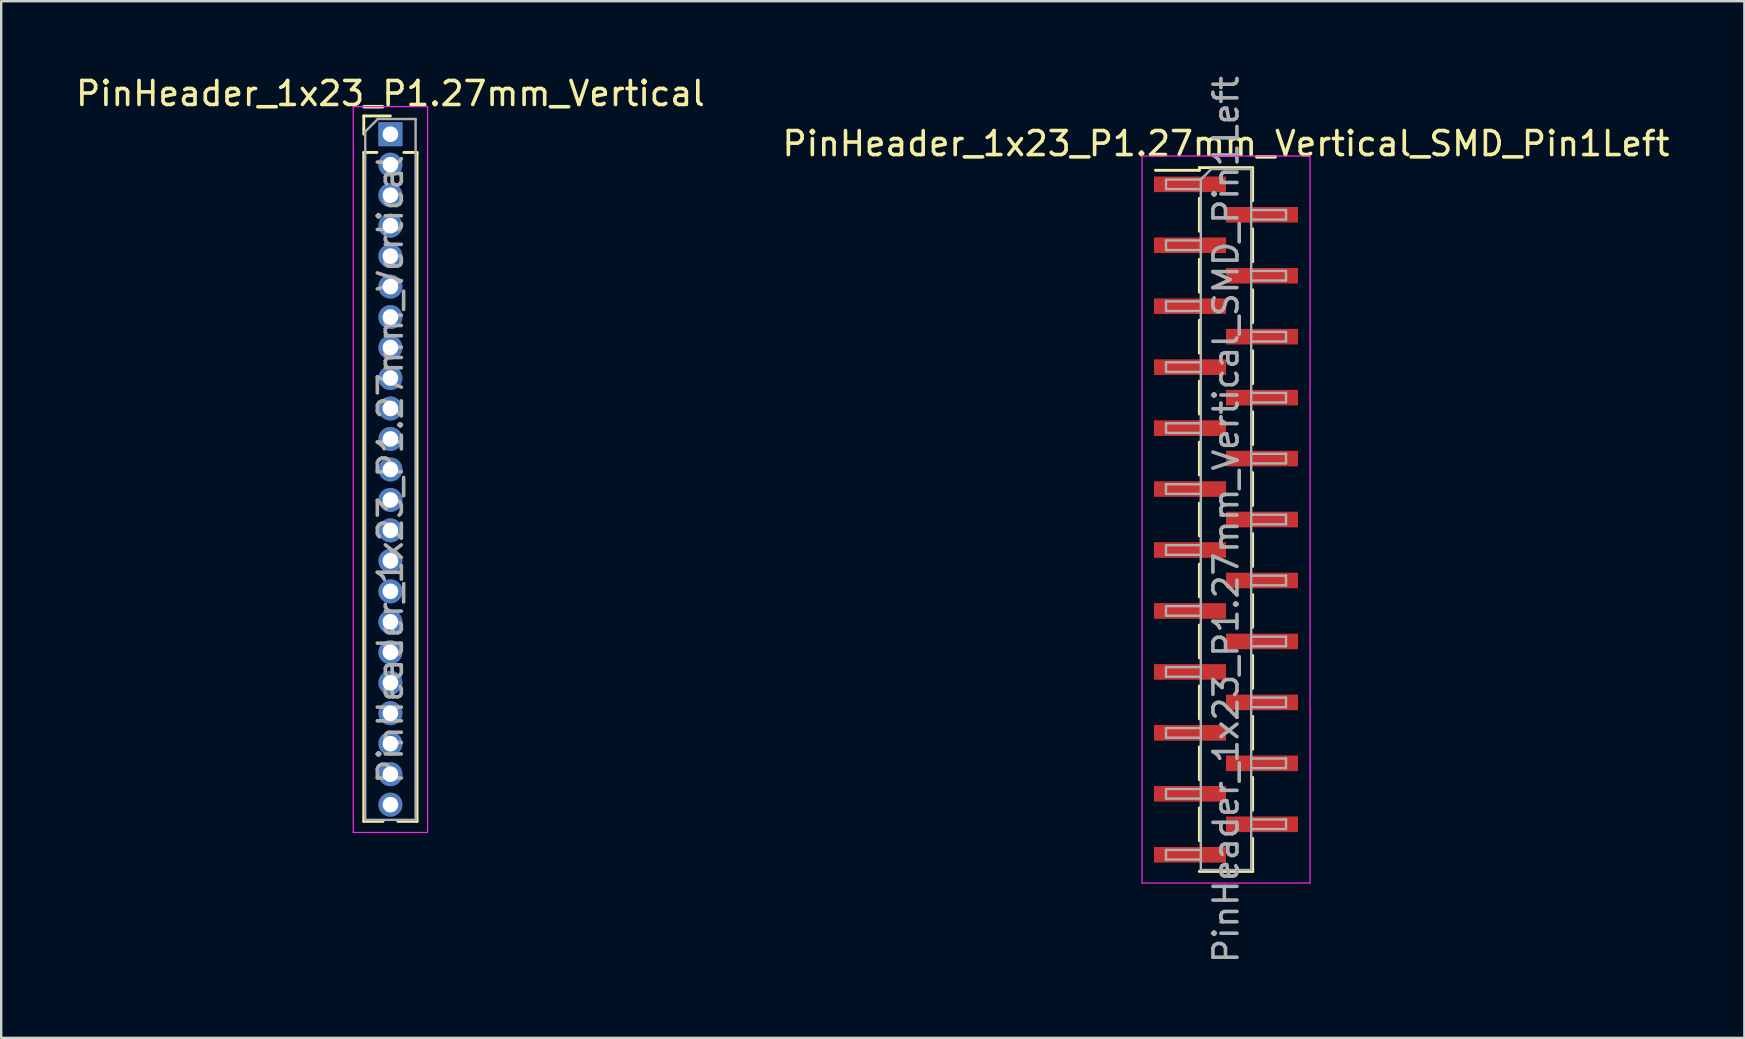
<source format=kicad_pcb>
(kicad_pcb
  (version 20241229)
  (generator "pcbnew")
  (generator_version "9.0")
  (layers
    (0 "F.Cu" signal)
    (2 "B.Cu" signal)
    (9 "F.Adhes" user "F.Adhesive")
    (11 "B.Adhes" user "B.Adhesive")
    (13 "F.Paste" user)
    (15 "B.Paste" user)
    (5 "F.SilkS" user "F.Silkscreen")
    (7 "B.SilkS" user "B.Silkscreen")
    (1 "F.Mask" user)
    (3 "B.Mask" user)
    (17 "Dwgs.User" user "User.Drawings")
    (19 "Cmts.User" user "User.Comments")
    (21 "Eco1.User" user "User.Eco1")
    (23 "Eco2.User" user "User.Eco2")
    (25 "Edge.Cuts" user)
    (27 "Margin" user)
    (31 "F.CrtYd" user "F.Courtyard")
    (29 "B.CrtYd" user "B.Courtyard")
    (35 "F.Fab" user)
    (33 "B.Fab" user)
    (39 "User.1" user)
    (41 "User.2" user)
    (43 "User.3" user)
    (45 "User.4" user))
  (footprint "PinHeader_1x23_P1.27mm_Vertical_SMD_Pin1Left"
    (layer "F.Cu")
    (at 48.042 18.601)
    (property "Reference" "PinHeader_1x23_P1.27mm_Vertical_SMD_Pin1Left" (at 0 -15.665 0) (layer "F.SilkS") (effects (font (size 1 1) (thickness 0.15))))
    (attr smd)
    (fp_line (start -1.11 -14.665) (end -1.11 -14.555) (stroke (width 0.12) (type solid)) (layer "F.SilkS"))
    (fp_line (start -1.11 -14.665) (end 1.11 -14.665) (stroke (width 0.12) (type solid)) (layer "F.SilkS"))
    (fp_line (start -1.11 -14.555) (end -2.94 -14.555) (stroke (width 0.12) (type solid)) (layer "F.SilkS"))
    (fp_line (start -1.11 -13.385) (end -1.11 -12.015) (stroke (width 0.12) (type solid)) (layer "F.SilkS"))
    (fp_line (start -1.11 -10.845) (end -1.11 -9.475) (stroke (width 0.12) (type solid)) (layer "F.SilkS"))
    (fp_line (start -1.11 -8.305) (end -1.11 -6.935) (stroke (width 0.12) (type solid)) (layer "F.SilkS"))
    (fp_line (start -1.11 -5.765) (end -1.11 -4.395) (stroke (width 0.12) (type solid)) (layer "F.SilkS"))
    (fp_line (start -1.11 -3.225) (end -1.11 -1.855) (stroke (width 0.12) (type solid)) (layer "F.SilkS"))
    (fp_line (start -1.11 -0.685) (end -1.11 0.685) (stroke (width 0.12) (type solid)) (layer "F.SilkS"))
    (fp_line (start -1.11 1.855) (end -1.11 3.225) (stroke (width 0.12) (type solid)) (layer "F.SilkS"))
    (fp_line (start -1.11 4.395) (end -1.11 5.765) (stroke (width 0.12) (type solid)) (layer "F.SilkS"))
    (fp_line (start -1.11 6.935) (end -1.11 8.305) (stroke (width 0.12) (type solid)) (layer "F.SilkS"))
    (fp_line (start -1.11 9.475) (end -1.11 10.845) (stroke (width 0.12) (type solid)) (layer "F.SilkS"))
    (fp_line (start -1.11 12.015) (end -1.11 13.385) (stroke (width 0.12) (type solid)) (layer "F.SilkS"))
    (fp_line (start -1.11 14.665) (end 1.11 14.665) (stroke (width 0.12) (type solid)) (layer "F.SilkS"))
    (fp_line (start 1.11 -14.655) (end 1.11 -13.285) (stroke (width 0.12) (type solid)) (layer "F.SilkS"))
    (fp_line (start 1.11 -12.115) (end 1.11 -10.745) (stroke (width 0.12) (type solid)) (layer "F.SilkS"))
    (fp_line (start 1.11 -9.575) (end 1.11 -8.205) (stroke (width 0.12) (type solid)) (layer "F.SilkS"))
    (fp_line (start 1.11 -7.035) (end 1.11 -5.665) (stroke (width 0.12) (type solid)) (layer "F.SilkS"))
    (fp_line (start 1.11 -4.495) (end 1.11 -3.125) (stroke (width 0.12) (type solid)) (layer "F.SilkS"))
    (fp_line (start 1.11 -1.955) (end 1.11 -0.585) (stroke (width 0.12) (type solid)) (layer "F.SilkS"))
    (fp_line (start 1.11 0.585) (end 1.11 1.955) (stroke (width 0.12) (type solid)) (layer "F.SilkS"))
    (fp_line (start 1.11 3.125) (end 1.11 4.495) (stroke (width 0.12) (type solid)) (layer "F.SilkS"))
    (fp_line (start 1.11 5.665) (end 1.11 7.035) (stroke (width 0.12) (type solid)) (layer "F.SilkS"))
    (fp_line (start 1.11 8.205) (end 1.11 9.575) (stroke (width 0.12) (type solid)) (layer "F.SilkS"))
    (fp_line (start 1.11 10.745) (end 1.11 12.115) (stroke (width 0.12) (type solid)) (layer "F.SilkS"))
    (fp_line (start 1.11 13.285) (end 1.11 14.655) (stroke (width 0.12) (type solid)) (layer "F.SilkS"))
    (fp_line (start 1.11 14.555) (end 1.11 14.665) (stroke (width 0.12) (type solid)) (layer "F.SilkS"))
    (fp_line (start -3.5 -15.15) (end -3.5 15.15) (stroke (width 0.05) (type solid)) (layer "F.CrtYd"))
    (fp_line (start -3.5 15.15) (end 3.5 15.15) (stroke (width 0.05) (type solid)) (layer "F.CrtYd"))
    (fp_line (start 3.5 -15.15) (end -3.5 -15.15) (stroke (width 0.05) (type solid)) (layer "F.CrtYd"))
    (fp_line (start 3.5 15.15) (end 3.5 -15.15) (stroke (width 0.05) (type solid)) (layer "F.CrtYd"))
    (fp_line (start -2.5 -14.17) (end -2.5 -13.77) (stroke (width 0.1) (type solid)) (layer "F.Fab"))
    (fp_line (start -2.5 -13.77) (end -1.05 -13.77) (stroke (width 0.1) (type solid)) (layer "F.Fab"))
    (fp_line (start -2.5 -11.63) (end -2.5 -11.23) (stroke (width 0.1) (type solid)) (layer "F.Fab"))
    (fp_line (start -2.5 -11.23) (end -1.05 -11.23) (stroke (width 0.1) (type solid)) (layer "F.Fab"))
    (fp_line (start -2.5 -9.09) (end -2.5 -8.69) (stroke (width 0.1) (type solid)) (layer "F.Fab"))
    (fp_line (start -2.5 -8.69) (end -1.05 -8.69) (stroke (width 0.1) (type solid)) (layer "F.Fab"))
    (fp_line (start -2.5 -6.55) (end -2.5 -6.15) (stroke (width 0.1) (type solid)) (layer "F.Fab"))
    (fp_line (start -2.5 -6.15) (end -1.05 -6.15) (stroke (width 0.1) (type solid)) (layer "F.Fab"))
    (fp_line (start -2.5 -4.01) (end -2.5 -3.61) (stroke (width 0.1) (type solid)) (layer "F.Fab"))
    (fp_line (start -2.5 -3.61) (end -1.05 -3.61) (stroke (width 0.1) (type solid)) (layer "F.Fab"))
    (fp_line (start -2.5 -1.47) (end -2.5 -1.07) (stroke (width 0.1) (type solid)) (layer "F.Fab"))
    (fp_line (start -2.5 -1.07) (end -1.05 -1.07) (stroke (width 0.1) (type solid)) (layer "F.Fab"))
    (fp_line (start -2.5 1.07) (end -2.5 1.47) (stroke (width 0.1) (type solid)) (layer "F.Fab"))
    (fp_line (start -2.5 1.47) (end -1.05 1.47) (stroke (width 0.1) (type solid)) (layer "F.Fab"))
    (fp_line (start -2.5 3.61) (end -2.5 4.01) (stroke (width 0.1) (type solid)) (layer "F.Fab"))
    (fp_line (start -2.5 4.01) (end -1.05 4.01) (stroke (width 0.1) (type solid)) (layer "F.Fab"))
    (fp_line (start -2.5 6.15) (end -2.5 6.55) (stroke (width 0.1) (type solid)) (layer "F.Fab"))
    (fp_line (start -2.5 6.55) (end -1.05 6.55) (stroke (width 0.1) (type solid)) (layer "F.Fab"))
    (fp_line (start -2.5 8.69) (end -2.5 9.09) (stroke (width 0.1) (type solid)) (layer "F.Fab"))
    (fp_line (start -2.5 9.09) (end -1.05 9.09) (stroke (width 0.1) (type solid)) (layer "F.Fab"))
    (fp_line (start -2.5 11.23) (end -2.5 11.63) (stroke (width 0.1) (type solid)) (layer "F.Fab"))
    (fp_line (start -2.5 11.63) (end -1.05 11.63) (stroke (width 0.1) (type solid)) (layer "F.Fab"))
    (fp_line (start -2.5 13.77) (end -2.5 14.17) (stroke (width 0.1) (type solid)) (layer "F.Fab"))
    (fp_line (start -2.5 14.17) (end -1.05 14.17) (stroke (width 0.1) (type solid)) (layer "F.Fab"))
    (fp_line (start -1.05 -14.17) (end -2.5 -14.17) (stroke (width 0.1) (type solid)) (layer "F.Fab"))
    (fp_line (start -1.05 -14.17) (end -0.615 -14.605) (stroke (width 0.1) (type solid)) (layer "F.Fab"))
    (fp_line (start -1.05 -11.63) (end -2.5 -11.63) (stroke (width 0.1) (type solid)) (layer "F.Fab"))
    (fp_line (start -1.05 -9.09) (end -2.5 -9.09) (stroke (width 0.1) (type solid)) (layer "F.Fab"))
    (fp_line (start -1.05 -6.55) (end -2.5 -6.55) (stroke (width 0.1) (type solid)) (layer "F.Fab"))
    (fp_line (start -1.05 -4.01) (end -2.5 -4.01) (stroke (width 0.1) (type solid)) (layer "F.Fab"))
    (fp_line (start -1.05 -1.47) (end -2.5 -1.47) (stroke (width 0.1) (type solid)) (layer "F.Fab"))
    (fp_line (start -1.05 1.07) (end -2.5 1.07) (stroke (width 0.1) (type solid)) (layer "F.Fab"))
    (fp_line (start -1.05 3.61) (end -2.5 3.61) (stroke (width 0.1) (type solid)) (layer "F.Fab"))
    (fp_line (start -1.05 6.15) (end -2.5 6.15) (stroke (width 0.1) (type solid)) (layer "F.Fab"))
    (fp_line (start -1.05 8.69) (end -2.5 8.69) (stroke (width 0.1) (type solid)) (layer "F.Fab"))
    (fp_line (start -1.05 11.23) (end -2.5 11.23) (stroke (width 0.1) (type solid)) (layer "F.Fab"))
    (fp_line (start -1.05 13.77) (end -2.5 13.77) (stroke (width 0.1) (type solid)) (layer "F.Fab"))
    (fp_line (start -1.05 14.605) (end -1.05 -14.17) (stroke (width 0.1) (type solid)) (layer "F.Fab"))
    (fp_line (start -0.615 -14.605) (end 1.05 -14.605) (stroke (width 0.1) (type solid)) (layer "F.Fab"))
    (fp_line (start 1.05 -14.605) (end 1.05 14.605) (stroke (width 0.1) (type solid)) (layer "F.Fab"))
    (fp_line (start 1.05 -12.9) (end 2.5 -12.9) (stroke (width 0.1) (type solid)) (layer "F.Fab"))
    (fp_line (start 1.05 -10.36) (end 2.5 -10.36) (stroke (width 0.1) (type solid)) (layer "F.Fab"))
    (fp_line (start 1.05 -7.82) (end 2.5 -7.82) (stroke (width 0.1) (type solid)) (layer "F.Fab"))
    (fp_line (start 1.05 -5.28) (end 2.5 -5.28) (stroke (width 0.1) (type solid)) (layer "F.Fab"))
    (fp_line (start 1.05 -2.74) (end 2.5 -2.74) (stroke (width 0.1) (type solid)) (layer "F.Fab"))
    (fp_line (start 1.05 -0.2) (end 2.5 -0.2) (stroke (width 0.1) (type solid)) (layer "F.Fab"))
    (fp_line (start 1.05 2.34) (end 2.5 2.34) (stroke (width 0.1) (type solid)) (layer "F.Fab"))
    (fp_line (start 1.05 4.88) (end 2.5 4.88) (stroke (width 0.1) (type solid)) (layer "F.Fab"))
    (fp_line (start 1.05 7.42) (end 2.5 7.42) (stroke (width 0.1) (type solid)) (layer "F.Fab"))
    (fp_line (start 1.05 9.96) (end 2.5 9.96) (stroke (width 0.1) (type solid)) (layer "F.Fab"))
    (fp_line (start 1.05 12.5) (end 2.5 12.5) (stroke (width 0.1) (type solid)) (layer "F.Fab"))
    (fp_line (start 1.05 14.605) (end -1.05 14.605) (stroke (width 0.1) (type solid)) (layer "F.Fab"))
    (fp_line (start 2.5 -12.9) (end 2.5 -12.5) (stroke (width 0.1) (type solid)) (layer "F.Fab"))
    (fp_line (start 2.5 -12.5) (end 1.05 -12.5) (stroke (width 0.1) (type solid)) (layer "F.Fab"))
    (fp_line (start 2.5 -10.36) (end 2.5 -9.96) (stroke (width 0.1) (type solid)) (layer "F.Fab"))
    (fp_line (start 2.5 -9.96) (end 1.05 -9.96) (stroke (width 0.1) (type solid)) (layer "F.Fab"))
    (fp_line (start 2.5 -7.82) (end 2.5 -7.42) (stroke (width 0.1) (type solid)) (layer "F.Fab"))
    (fp_line (start 2.5 -7.42) (end 1.05 -7.42) (stroke (width 0.1) (type solid)) (layer "F.Fab"))
    (fp_line (start 2.5 -5.28) (end 2.5 -4.88) (stroke (width 0.1) (type solid)) (layer "F.Fab"))
    (fp_line (start 2.5 -4.88) (end 1.05 -4.88) (stroke (width 0.1) (type solid)) (layer "F.Fab"))
    (fp_line (start 2.5 -2.74) (end 2.5 -2.34) (stroke (width 0.1) (type solid)) (layer "F.Fab"))
    (fp_line (start 2.5 -2.34) (end 1.05 -2.34) (stroke (width 0.1) (type solid)) (layer "F.Fab"))
    (fp_line (start 2.5 -0.2) (end 2.5 0.2) (stroke (width 0.1) (type solid)) (layer "F.Fab"))
    (fp_line (start 2.5 0.2) (end 1.05 0.2) (stroke (width 0.1) (type solid)) (layer "F.Fab"))
    (fp_line (start 2.5 2.34) (end 2.5 2.74) (stroke (width 0.1) (type solid)) (layer "F.Fab"))
    (fp_line (start 2.5 2.74) (end 1.05 2.74) (stroke (width 0.1) (type solid)) (layer "F.Fab"))
    (fp_line (start 2.5 4.88) (end 2.5 5.28) (stroke (width 0.1) (type solid)) (layer "F.Fab"))
    (fp_line (start 2.5 5.28) (end 1.05 5.28) (stroke (width 0.1) (type solid)) (layer "F.Fab"))
    (fp_line (start 2.5 7.42) (end 2.5 7.82) (stroke (width 0.1) (type solid)) (layer "F.Fab"))
    (fp_line (start 2.5 7.82) (end 1.05 7.82) (stroke (width 0.1) (type solid)) (layer "F.Fab"))
    (fp_line (start 2.5 9.96) (end 2.5 10.36) (stroke (width 0.1) (type solid)) (layer "F.Fab"))
    (fp_line (start 2.5 10.36) (end 1.05 10.36) (stroke (width 0.1) (type solid)) (layer "F.Fab"))
    (fp_line (start 2.5 12.5) (end 2.5 12.9) (stroke (width 0.1) (type solid)) (layer "F.Fab"))
    (fp_line (start 2.5 12.9) (end 1.05 12.9) (stroke (width 0.1) (type solid)) (layer "F.Fab"))
    (fp_text user "${REFERENCE}" (at 0 0 90) (layer "F.Fab") (effects (font (size 1 1) (thickness 0.15))))
    (pad "1" smd rect (at -1.5 -13.97) (size 3 0.65) (layers "F.Cu" "F.Mask" "F.Paste"))
    (pad "2" smd rect (at 1.5 -12.7) (size 3 0.65) (layers "F.Cu" "F.Mask" "F.Paste"))
    (pad "3" smd rect (at -1.5 -11.43) (size 3 0.65) (layers "F.Cu" "F.Mask" "F.Paste"))
    (pad "4" smd rect (at 1.5 -10.16) (size 3 0.65) (layers "F.Cu" "F.Mask" "F.Paste"))
    (pad "5" smd rect (at -1.5 -8.89) (size 3 0.65) (layers "F.Cu" "F.Mask" "F.Paste"))
    (pad "6" smd rect (at 1.5 -7.62) (size 3 0.65) (layers "F.Cu" "F.Mask" "F.Paste"))
    (pad "7" smd rect (at -1.5 -6.35) (size 3 0.65) (layers "F.Cu" "F.Mask" "F.Paste"))
    (pad "8" smd rect (at 1.5 -5.08) (size 3 0.65) (layers "F.Cu" "F.Mask" "F.Paste"))
    (pad "9" smd rect (at -1.5 -3.81) (size 3 0.65) (layers "F.Cu" "F.Mask" "F.Paste"))
    (pad "10" smd rect (at 1.5 -2.54) (size 3 0.65) (layers "F.Cu" "F.Mask" "F.Paste"))
    (pad "11" smd rect (at -1.5 -1.27) (size 3 0.65) (layers "F.Cu" "F.Mask" "F.Paste"))
    (pad "12" smd rect (at 1.5 0) (size 3 0.65) (layers "F.Cu" "F.Mask" "F.Paste"))
    (pad "13" smd rect (at -1.5 1.27) (size 3 0.65) (layers "F.Cu" "F.Mask" "F.Paste"))
    (pad "14" smd rect (at 1.5 2.54) (size 3 0.65) (layers "F.Cu" "F.Mask" "F.Paste"))
    (pad "15" smd rect (at -1.5 3.81) (size 3 0.65) (layers "F.Cu" "F.Mask" "F.Paste"))
    (pad "16" smd rect (at 1.5 5.08) (size 3 0.65) (layers "F.Cu" "F.Mask" "F.Paste"))
    (pad "17" smd rect (at -1.5 6.35) (size 3 0.65) (layers "F.Cu" "F.Mask" "F.Paste"))
    (pad "18" smd rect (at 1.5 7.62) (size 3 0.65) (layers "F.Cu" "F.Mask" "F.Paste"))
    (pad "19" smd rect (at -1.5 8.89) (size 3 0.65) (layers "F.Cu" "F.Mask" "F.Paste"))
    (pad "20" smd rect (at 1.5 10.16) (size 3 0.65) (layers "F.Cu" "F.Mask" "F.Paste"))
    (pad "21" smd rect (at -1.5 11.43) (size 3 0.65) (layers "F.Cu" "F.Mask" "F.Paste"))
    (pad "22" smd rect (at 1.5 12.7) (size 3 0.65) (layers "F.Cu" "F.Mask" "F.Paste"))
    (pad "23" smd rect (at -1.5 13.97) (size 3 0.65) (layers "F.Cu" "F.Mask" "F.Paste")))
  (footprint "PinHeader_1x23_P1.27mm_Vertical"
    (layer "F.Cu")
    (at 13.22 2.543)
    (property "Reference" "PinHeader_1x23_P1.27mm_Vertical" (at 0 -1.695 0) (layer "F.SilkS") (effects (font (size 1 1) (thickness 0.15))))
    (attr through_hole)
    (fp_line (start -1.11 -0.76) (end 0 -0.76) (stroke (width 0.12) (type solid)) (layer "F.SilkS"))
    (fp_line (start -1.11 0) (end -1.11 -0.76) (stroke (width 0.12) (type solid)) (layer "F.SilkS"))
    (fp_line (start -1.11 0.76) (end -1.11 28.635) (stroke (width 0.12) (type solid)) (layer "F.SilkS"))
    (fp_line (start -1.11 0.76) (end -0.563 0.76) (stroke (width 0.12) (type solid)) (layer "F.SilkS"))
    (fp_line (start -1.11 28.635) (end -0.308 28.635) (stroke (width 0.12) (type solid)) (layer "F.SilkS"))
    (fp_line (start 0.308 28.635) (end 1.11 28.635) (stroke (width 0.12) (type solid)) (layer "F.SilkS"))
    (fp_line (start 0.563 0.76) (end 1.11 0.76) (stroke (width 0.12) (type solid)) (layer "F.SilkS"))
    (fp_line (start 1.11 0.76) (end 1.11 28.635) (stroke (width 0.12) (type solid)) (layer "F.SilkS"))
    (fp_line (start -1.55 -1.15) (end -1.55 29.1) (stroke (width 0.05) (type solid)) (layer "F.CrtYd"))
    (fp_line (start -1.55 29.1) (end 1.55 29.1) (stroke (width 0.05) (type solid)) (layer "F.CrtYd"))
    (fp_line (start 1.55 -1.15) (end -1.55 -1.15) (stroke (width 0.05) (type solid)) (layer "F.CrtYd"))
    (fp_line (start 1.55 29.1) (end 1.55 -1.15) (stroke (width 0.05) (type solid)) (layer "F.CrtYd"))
    (fp_line (start -1.05 -0.11) (end -0.525 -0.635) (stroke (width 0.1) (type solid)) (layer "F.Fab"))
    (fp_line (start -1.05 28.575) (end -1.05 -0.11) (stroke (width 0.1) (type solid)) (layer "F.Fab"))
    (fp_line (start -0.525 -0.635) (end 1.05 -0.635) (stroke (width 0.1) (type solid)) (layer "F.Fab"))
    (fp_line (start 1.05 -0.635) (end 1.05 28.575) (stroke (width 0.1) (type solid)) (layer "F.Fab"))
    (fp_line (start 1.05 28.575) (end -1.05 28.575) (stroke (width 0.1) (type solid)) (layer "F.Fab"))
    (fp_text user "${REFERENCE}" (at 0 13.97 90) (layer "F.Fab") (effects (font (size 1 1) (thickness 0.15))))
    (pad "1" thru_hole rect (at 0 0) (size 1 1) (drill 0.65) (layers "*.Cu" "*.Mask"))
    (pad "2" thru_hole oval (at 0 1.27) (size 1 1) (drill 0.65) (layers "*.Cu" "*.Mask"))
    (pad "3" thru_hole oval (at 0 2.54) (size 1 1) (drill 0.65) (layers "*.Cu" "*.Mask"))
    (pad "4" thru_hole oval (at 0 3.81) (size 1 1) (drill 0.65) (layers "*.Cu" "*.Mask"))
    (pad "5" thru_hole oval (at 0 5.08) (size 1 1) (drill 0.65) (layers "*.Cu" "*.Mask"))
    (pad "6" thru_hole oval (at 0 6.35) (size 1 1) (drill 0.65) (layers "*.Cu" "*.Mask"))
    (pad "7" thru_hole oval (at 0 7.62) (size 1 1) (drill 0.65) (layers "*.Cu" "*.Mask"))
    (pad "8" thru_hole oval (at 0 8.89) (size 1 1) (drill 0.65) (layers "*.Cu" "*.Mask"))
    (pad "9" thru_hole oval (at 0 10.16) (size 1 1) (drill 0.65) (layers "*.Cu" "*.Mask"))
    (pad "10" thru_hole oval (at 0 11.43) (size 1 1) (drill 0.65) (layers "*.Cu" "*.Mask"))
    (pad "11" thru_hole oval (at 0 12.7) (size 1 1) (drill 0.65) (layers "*.Cu" "*.Mask"))
    (pad "12" thru_hole oval (at 0 13.97) (size 1 1) (drill 0.65) (layers "*.Cu" "*.Mask"))
    (pad "13" thru_hole oval (at 0 15.24) (size 1 1) (drill 0.65) (layers "*.Cu" "*.Mask"))
    (pad "14" thru_hole oval (at 0 16.51) (size 1 1) (drill 0.65) (layers "*.Cu" "*.Mask"))
    (pad "15" thru_hole oval (at 0 17.78) (size 1 1) (drill 0.65) (layers "*.Cu" "*.Mask"))
    (pad "16" thru_hole oval (at 0 19.05) (size 1 1) (drill 0.65) (layers "*.Cu" "*.Mask"))
    (pad "17" thru_hole oval (at 0 20.32) (size 1 1) (drill 0.65) (layers "*.Cu" "*.Mask"))
    (pad "18" thru_hole oval (at 0 21.59) (size 1 1) (drill 0.65) (layers "*.Cu" "*.Mask"))
    (pad "19" thru_hole oval (at 0 22.86) (size 1 1) (drill 0.65) (layers "*.Cu" "*.Mask"))
    (pad "20" thru_hole oval (at 0 24.13) (size 1 1) (drill 0.65) (layers "*.Cu" "*.Mask"))
    (pad "21" thru_hole oval (at 0 25.4) (size 1 1) (drill 0.65) (layers "*.Cu" "*.Mask"))
    (pad "22" thru_hole oval (at 0 26.67) (size 1 1) (drill 0.65) (layers "*.Cu" "*.Mask"))
    (pad "23" thru_hole oval (at 0 27.94) (size 1 1) (drill 0.65) (layers "*.Cu" "*.Mask")))
  (gr_rect
    (start -3 -3)
    (end 69.643 40.202)
    (stroke (width 0.1) (type default))
    (fill no)
    (layer "Edge.Cuts")))
</source>
